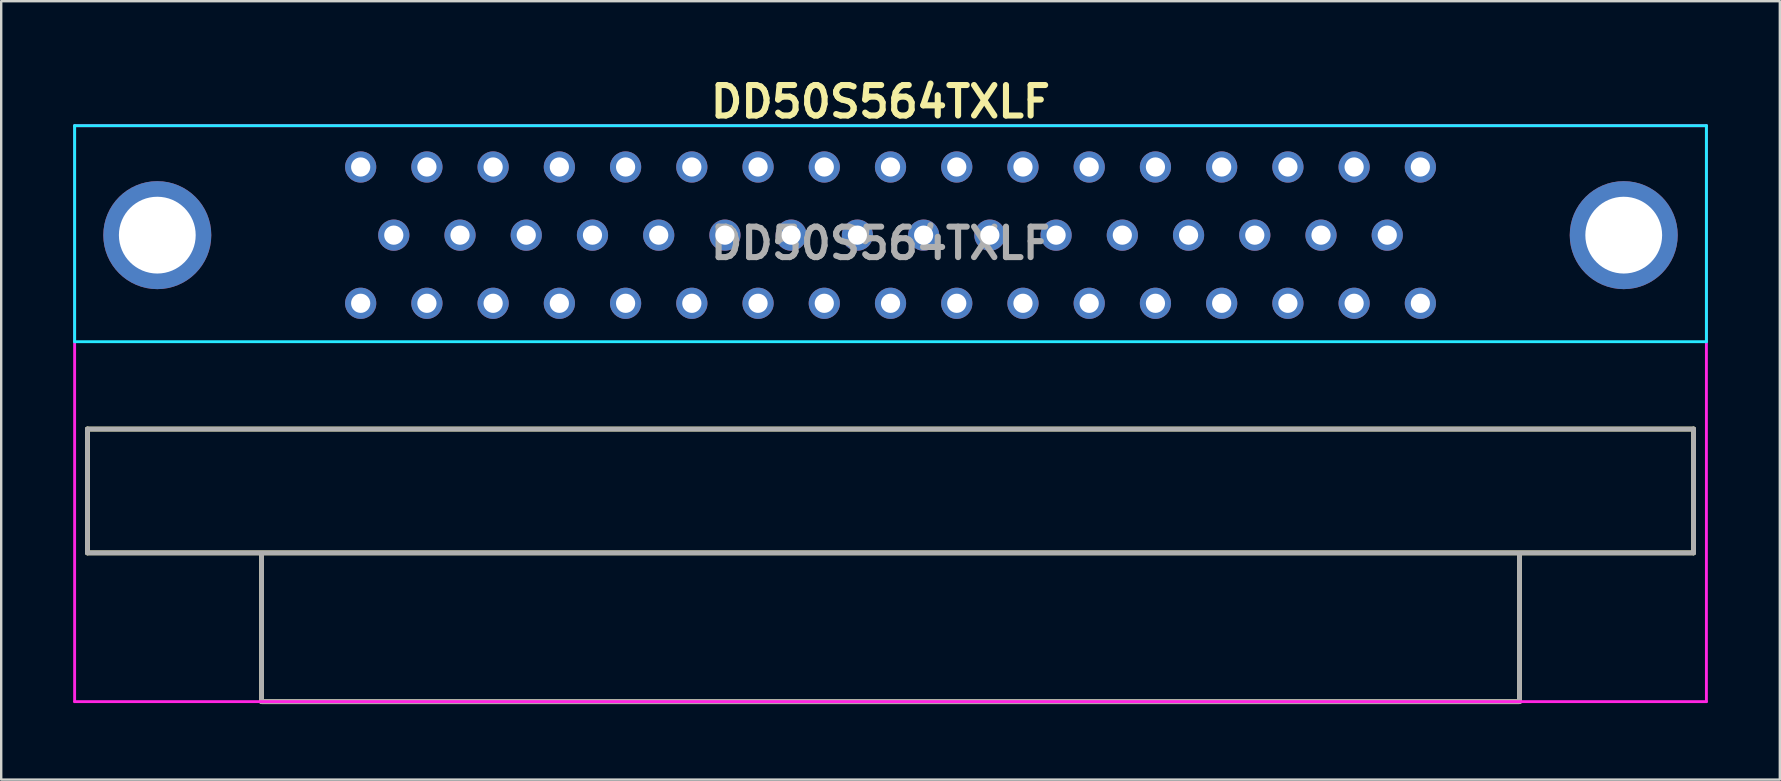
<source format=kicad_pcb>
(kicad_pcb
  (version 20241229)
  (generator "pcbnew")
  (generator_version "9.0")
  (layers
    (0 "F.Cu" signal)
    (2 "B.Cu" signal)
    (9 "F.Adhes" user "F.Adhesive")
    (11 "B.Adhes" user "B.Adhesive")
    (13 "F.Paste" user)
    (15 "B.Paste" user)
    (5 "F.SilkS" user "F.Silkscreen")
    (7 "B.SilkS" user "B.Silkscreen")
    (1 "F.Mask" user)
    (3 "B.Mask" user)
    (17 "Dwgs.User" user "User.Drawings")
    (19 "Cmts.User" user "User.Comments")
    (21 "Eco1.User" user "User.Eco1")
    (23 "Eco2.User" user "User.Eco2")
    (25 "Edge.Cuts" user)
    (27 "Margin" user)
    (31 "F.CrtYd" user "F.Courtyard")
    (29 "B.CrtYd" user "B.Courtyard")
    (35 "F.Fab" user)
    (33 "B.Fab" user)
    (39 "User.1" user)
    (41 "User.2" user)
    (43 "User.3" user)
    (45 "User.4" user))
  (footprint "DD50S564TXLF"
    (layer "F.Cu")
    (at 34.06 26.189)
    (property "Reference" "DD50S564TXLF" (at -0.42 -25 0) (layer "F.SilkS") (effects (font (size 1.27 1.27) (thickness 0.254))))
    (attr through_hole)
    (fp_line (start -33.465 -11.36) (end -33.465 -6.2) (stroke (width 0.2) (type solid)) (layer "F.SilkS"))
    (fp_line (start -33.465 -11.36) (end 33.465 -11.36) (stroke (width 0.2) (type solid)) (layer "F.SilkS"))
    (fp_line (start -26.21 0) (end -26.21 -6.173) (stroke (width 0.2) (type solid)) (layer "F.SilkS"))
    (fp_line (start 26.21 -6.173) (end 26.21 0) (stroke (width 0.2) (type solid)) (layer "F.SilkS"))
    (fp_line (start 26.21 0) (end -26.21 0) (stroke (width 0.2) (type solid)) (layer "F.SilkS"))
    (fp_line (start 33.465 -11.36) (end 33.465 -6.2) (stroke (width 0.2) (type solid)) (layer "F.SilkS"))
    (fp_line (start 33.465 -6.2) (end -33.465 -6.2) (stroke (width 0.2) (type solid)) (layer "F.SilkS"))
    (fp_line (start -34 -24) (end -34 -15) (stroke (width 0.12) (type solid)) (layer "B.CrtYd"))
    (fp_line (start -34 -15) (end 34 -15) (stroke (width 0.12) (type solid)) (layer "B.CrtYd"))
    (fp_line (start 34 -24) (end -34 -24) (stroke (width 0.12) (type solid)) (layer "B.CrtYd"))
    (fp_line (start 34 -15) (end 34 -24) (stroke (width 0.12) (type solid)) (layer "B.CrtYd"))
    (fp_line (start -34 -24) (end 34 -24) (stroke (width 0.12) (type solid)) (layer "F.CrtYd"))
    (fp_line (start -34 0) (end -34 -24) (stroke (width 0.12) (type solid)) (layer "F.CrtYd"))
    (fp_line (start 34 -24) (end 34 0) (stroke (width 0.12) (type solid)) (layer "F.CrtYd"))
    (fp_line (start 34 0) (end -34 0) (stroke (width 0.12) (type solid)) (layer "F.CrtYd"))
    (fp_line (start -33.465 -11.36) (end -33.465 -6.2) (stroke (width 0.2) (type solid)) (layer "F.Fab"))
    (fp_line (start -33.465 -6.2) (end 33.465 -6.2) (stroke (width 0.2) (type solid)) (layer "F.Fab"))
    (fp_line (start -26.21 -6.173) (end -26.21 0) (stroke (width 0.2) (type solid)) (layer "F.Fab"))
    (fp_line (start -26.21 0) (end 26.21 0) (stroke (width 0.2) (type solid)) (layer "F.Fab"))
    (fp_line (start 26.21 0) (end 26.21 -6.173) (stroke (width 0.2) (type solid)) (layer "F.Fab"))
    (fp_line (start 33.465 -11.36) (end -33.465 -11.36) (stroke (width 0.2) (type solid)) (layer "F.Fab"))
    (fp_line (start 33.465 -6.2) (end 33.465 -11.36) (stroke (width 0.2) (type solid)) (layer "F.Fab"))
    (fp_text user "${REFERENCE}" (at -0.42 -19.099 0) (layer "F.Fab") (effects (font (size 1.27 1.27) (thickness 0.254))))
    (pad "0" thru_hole circle (at -30.555 -19.44) (size 4.5 4.5) (drill 3.2) (layers "*.Cu" "*.Mask"))
    (pad "0" thru_hole circle (at 30.555 -19.44) (size 4.5 4.5) (drill 3.2) (layers "*.Cu" "*.Mask"))
    (pad "1" thru_hole circle (at -22.08 -22.28) (size 1.3 1.3) (drill 0.8) (layers "*.Cu" "*.Mask"))
    (pad "2" thru_hole circle (at -19.32 -22.28) (size 1.3 1.3) (drill 0.8) (layers "*.Cu" "*.Mask"))
    (pad "3" thru_hole circle (at -16.56 -22.28) (size 1.3 1.3) (drill 0.8) (layers "*.Cu" "*.Mask"))
    (pad "4" thru_hole circle (at -13.8 -22.28) (size 1.3 1.3) (drill 0.8) (layers "*.Cu" "*.Mask"))
    (pad "5" thru_hole circle (at -11.04 -22.28) (size 1.3 1.3) (drill 0.8) (layers "*.Cu" "*.Mask"))
    (pad "6" thru_hole circle (at -8.28 -22.28) (size 1.3 1.3) (drill 0.8) (layers "*.Cu" "*.Mask"))
    (pad "7" thru_hole circle (at -5.52 -22.28) (size 1.3 1.3) (drill 0.8) (layers "*.Cu" "*.Mask"))
    (pad "8" thru_hole circle (at -2.76 -22.28) (size 1.3 1.3) (drill 0.8) (layers "*.Cu" "*.Mask"))
    (pad "9" thru_hole circle (at 0 -22.28) (size 1.3 1.3) (drill 0.8) (layers "*.Cu" "*.Mask"))
    (pad "10" thru_hole circle (at 2.76 -22.28) (size 1.3 1.3) (drill 0.8) (layers "*.Cu" "*.Mask"))
    (pad "11" thru_hole circle (at 5.52 -22.28) (size 1.3 1.3) (drill 0.8) (layers "*.Cu" "*.Mask"))
    (pad "12" thru_hole circle (at 8.28 -22.28) (size 1.3 1.3) (drill 0.8) (layers "*.Cu" "*.Mask"))
    (pad "13" thru_hole circle (at 11.04 -22.28) (size 1.3 1.3) (drill 0.8) (layers "*.Cu" "*.Mask"))
    (pad "14" thru_hole circle (at 13.8 -22.28) (size 1.3 1.3) (drill 0.8) (layers "*.Cu" "*.Mask"))
    (pad "15" thru_hole circle (at 16.56 -22.28) (size 1.3 1.3) (drill 0.8) (layers "*.Cu" "*.Mask"))
    (pad "16" thru_hole circle (at 19.32 -22.28) (size 1.3 1.3) (drill 0.8) (layers "*.Cu" "*.Mask"))
    (pad "17" thru_hole circle (at 22.08 -22.28) (size 1.3 1.3) (drill 0.8) (layers "*.Cu" "*.Mask"))
    (pad "18" thru_hole circle (at -20.7 -19.44) (size 1.3 1.3) (drill 0.8) (layers "*.Cu" "*.Mask"))
    (pad "19" thru_hole circle (at -17.94 -19.44) (size 1.3 1.3) (drill 0.8) (layers "*.Cu" "*.Mask"))
    (pad "20" thru_hole circle (at -15.18 -19.44) (size 1.3 1.3) (drill 0.8) (layers "*.Cu" "*.Mask"))
    (pad "21" thru_hole circle (at -12.42 -19.44) (size 1.3 1.3) (drill 0.8) (layers "*.Cu" "*.Mask"))
    (pad "22" thru_hole circle (at -9.66 -19.44) (size 1.3 1.3) (drill 0.8) (layers "*.Cu" "*.Mask"))
    (pad "23" thru_hole circle (at -6.9 -19.44) (size 1.3 1.3) (drill 0.8) (layers "*.Cu" "*.Mask"))
    (pad "24" thru_hole circle (at -4.14 -19.44) (size 1.3 1.3) (drill 0.8) (layers "*.Cu" "*.Mask"))
    (pad "25" thru_hole circle (at -1.38 -19.44) (size 1.3 1.3) (drill 0.8) (layers "*.Cu" "*.Mask"))
    (pad "26" thru_hole circle (at 1.38 -19.44) (size 1.3 1.3) (drill 0.8) (layers "*.Cu" "*.Mask"))
    (pad "27" thru_hole circle (at 4.14 -19.44) (size 1.3 1.3) (drill 0.8) (layers "*.Cu" "*.Mask"))
    (pad "28" thru_hole circle (at 6.9 -19.44) (size 1.3 1.3) (drill 0.8) (layers "*.Cu" "*.Mask"))
    (pad "29" thru_hole circle (at 9.66 -19.44) (size 1.3 1.3) (drill 0.8) (layers "*.Cu" "*.Mask"))
    (pad "30" thru_hole circle (at 12.42 -19.44) (size 1.3 1.3) (drill 0.8) (layers "*.Cu" "*.Mask"))
    (pad "31" thru_hole circle (at 15.18 -19.44) (size 1.3 1.3) (drill 0.8) (layers "*.Cu" "*.Mask"))
    (pad "32" thru_hole circle (at 17.94 -19.44) (size 1.3 1.3) (drill 0.8) (layers "*.Cu" "*.Mask"))
    (pad "33" thru_hole circle (at 20.7 -19.44) (size 1.3 1.3) (drill 0.8) (layers "*.Cu" "*.Mask"))
    (pad "34" thru_hole circle (at -22.08 -16.6) (size 1.3 1.3) (drill 0.8) (layers "*.Cu" "*.Mask"))
    (pad "35" thru_hole circle (at -19.32 -16.6) (size 1.3 1.3) (drill 0.8) (layers "*.Cu" "*.Mask"))
    (pad "36" thru_hole circle (at -16.56 -16.6) (size 1.3 1.3) (drill 0.8) (layers "*.Cu" "*.Mask"))
    (pad "37" thru_hole circle (at -13.8 -16.6) (size 1.3 1.3) (drill 0.8) (layers "*.Cu" "*.Mask"))
    (pad "38" thru_hole circle (at -11.04 -16.6) (size 1.3 1.3) (drill 0.8) (layers "*.Cu" "*.Mask"))
    (pad "39" thru_hole circle (at -8.28 -16.6) (size 1.3 1.3) (drill 0.8) (layers "*.Cu" "*.Mask"))
    (pad "40" thru_hole circle (at -5.52 -16.6) (size 1.3 1.3) (drill 0.8) (layers "*.Cu" "*.Mask"))
    (pad "41" thru_hole circle (at -2.76 -16.6) (size 1.3 1.3) (drill 0.8) (layers "*.Cu" "*.Mask"))
    (pad "42" thru_hole circle (at 0 -16.6) (size 1.3 1.3) (drill 0.8) (layers "*.Cu" "*.Mask"))
    (pad "43" thru_hole circle (at 2.76 -16.6) (size 1.3 1.3) (drill 0.8) (layers "*.Cu" "*.Mask"))
    (pad "44" thru_hole circle (at 5.52 -16.6) (size 1.3 1.3) (drill 0.8) (layers "*.Cu" "*.Mask"))
    (pad "45" thru_hole circle (at 8.28 -16.6) (size 1.3 1.3) (drill 0.8) (layers "*.Cu" "*.Mask"))
    (pad "46" thru_hole circle (at 11.04 -16.6) (size 1.3 1.3) (drill 0.8) (layers "*.Cu" "*.Mask"))
    (pad "47" thru_hole circle (at 13.8 -16.6) (size 1.3 1.3) (drill 0.8) (layers "*.Cu" "*.Mask"))
    (pad "48" thru_hole circle (at 16.56 -16.6) (size 1.3 1.3) (drill 0.8) (layers "*.Cu" "*.Mask"))
    (pad "49" thru_hole circle (at 19.32 -16.6) (size 1.3 1.3) (drill 0.8) (layers "*.Cu" "*.Mask"))
    (pad "50" thru_hole circle (at 22.08 -16.6) (size 1.3 1.3) (drill 0.8) (layers "*.Cu" "*.Mask")))
  (gr_rect
    (start -3 -3)
    (end 71.12 29.439)
    (stroke (width 0.1) (type default))
    (fill no)
    (layer "Edge.Cuts")))
</source>
